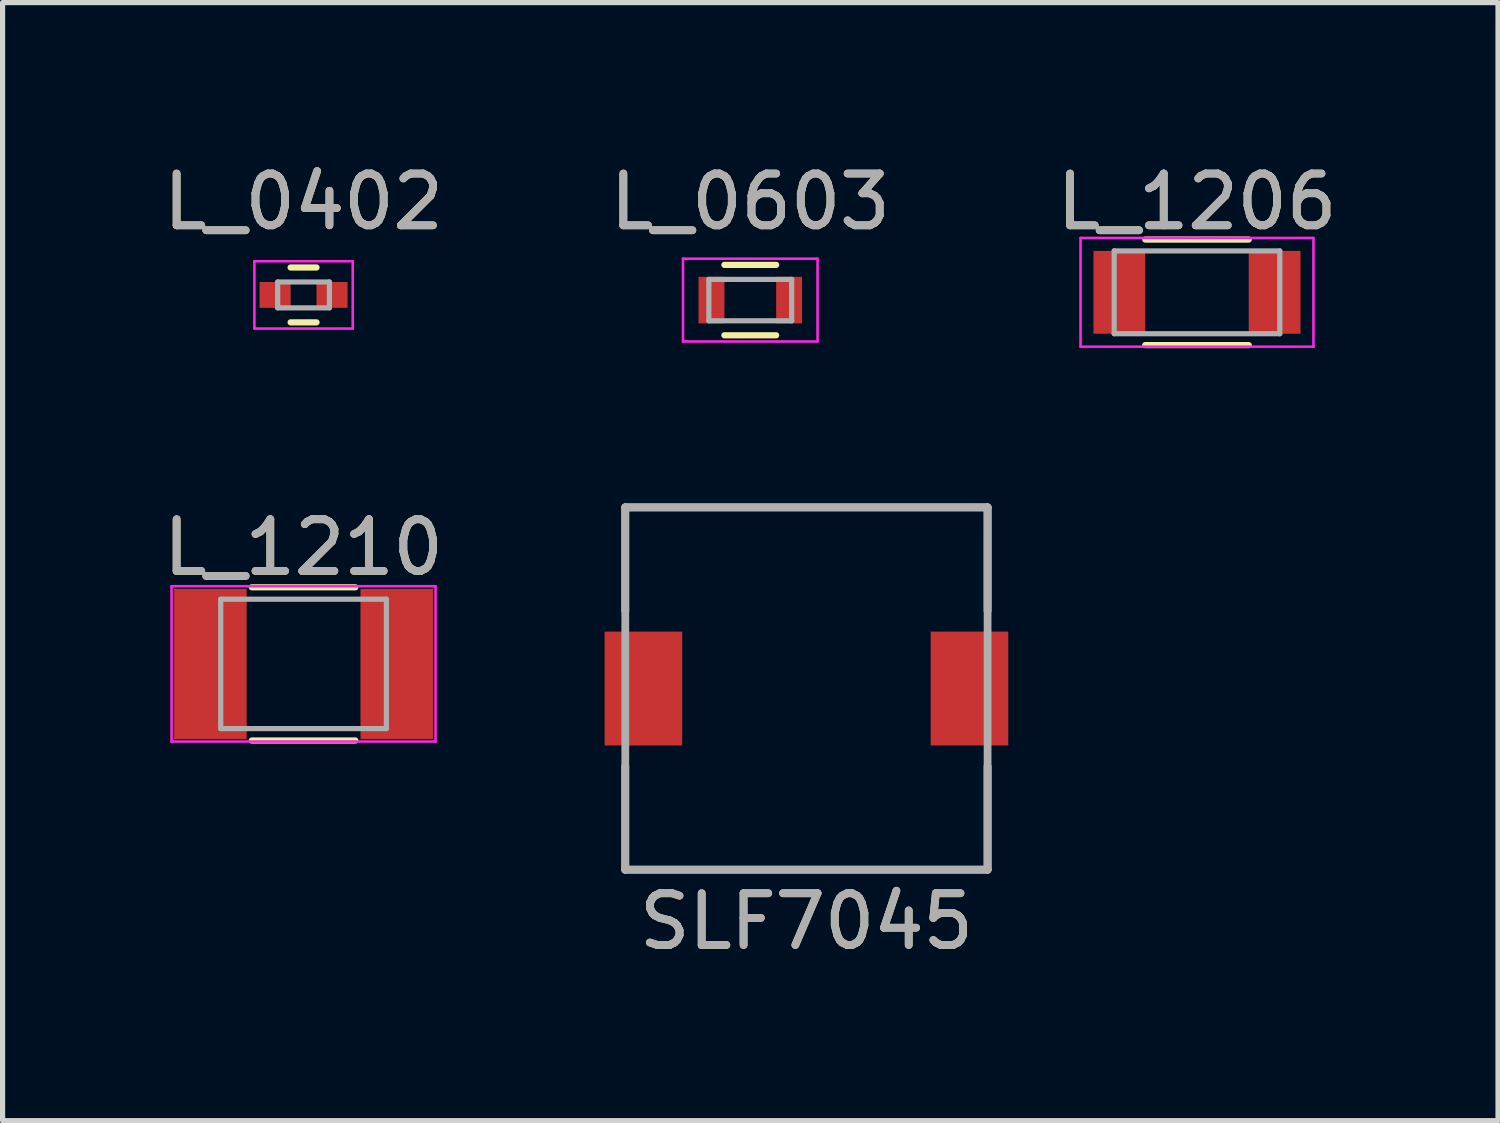
<source format=kicad_pcb>
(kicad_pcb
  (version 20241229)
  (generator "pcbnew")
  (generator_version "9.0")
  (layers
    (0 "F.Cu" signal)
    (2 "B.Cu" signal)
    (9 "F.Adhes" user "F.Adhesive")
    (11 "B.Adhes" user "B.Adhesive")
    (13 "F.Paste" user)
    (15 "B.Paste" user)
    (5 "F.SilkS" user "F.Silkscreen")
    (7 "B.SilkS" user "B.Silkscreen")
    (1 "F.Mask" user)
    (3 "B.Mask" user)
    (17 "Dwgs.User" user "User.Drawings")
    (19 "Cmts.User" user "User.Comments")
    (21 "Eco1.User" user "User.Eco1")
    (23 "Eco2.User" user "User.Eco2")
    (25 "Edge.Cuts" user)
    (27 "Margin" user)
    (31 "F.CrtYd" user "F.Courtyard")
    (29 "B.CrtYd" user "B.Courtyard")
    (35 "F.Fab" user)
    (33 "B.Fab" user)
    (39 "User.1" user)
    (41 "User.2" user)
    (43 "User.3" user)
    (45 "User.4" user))
  (footprint "L_0603"
    (layer "F.Cu")
    (at 11.446 2.748)
    (property "Reference" "L_0603" (at 0 -1.9 0) (layer "F.SilkS") (effects (font (size 1 1) (thickness 0.15))))
    (attr smd)
    (fp_line (start -0.5 -0.68) (end 0.5 -0.68) (stroke (width 0.12) (type solid)) (layer "F.SilkS"))
    (fp_line (start 0.5 0.68) (end -0.5 0.68) (stroke (width 0.12) (type solid)) (layer "F.SilkS"))
    (fp_line (start -1.3 -0.8) (end -1.3 0.8) (stroke (width 0.05) (type solid)) (layer "F.CrtYd"))
    (fp_line (start -1.3 -0.8) (end 1.3 -0.8) (stroke (width 0.05) (type solid)) (layer "F.CrtYd"))
    (fp_line (start -1.3 0.8) (end 1.3 0.8) (stroke (width 0.05) (type solid)) (layer "F.CrtYd"))
    (fp_line (start 1.3 -0.8) (end 1.3 0.8) (stroke (width 0.05) (type solid)) (layer "F.CrtYd"))
    (fp_line (start -0.8 -0.4) (end 0.8 -0.4) (stroke (width 0.1) (type solid)) (layer "F.Fab"))
    (fp_line (start -0.8 0.4) (end -0.8 -0.4) (stroke (width 0.1) (type solid)) (layer "F.Fab"))
    (fp_line (start 0.8 -0.4) (end 0.8 0.4) (stroke (width 0.1) (type solid)) (layer "F.Fab"))
    (fp_line (start 0.8 0.4) (end -0.8 0.4) (stroke (width 0.1) (type solid)) (layer "F.Fab"))
    (fp_text user "${REFERENCE}" (at 0 -1.9 0) (layer "F.Fab") (effects (font (size 1 1) (thickness 0.15))))
    (pad "1" smd rect (at -0.75 0) (size 0.5 0.9) (layers "F.Cu" "F.Mask" "F.Paste"))
    (pad "2" smd rect (at 0.75 0) (size 0.5 0.9) (layers "F.Cu" "F.Mask" "F.Paste")))
  (footprint "L_1210"
    (layer "F.Cu")
    (at 2.815 9.777)
    (property "Reference" "L_1210" (at 0 -2.25 0) (layer "F.SilkS") (effects (font (size 1 1) (thickness 0.15))))
    (attr smd)
    (fp_line (start -1 1.48) (end 1 1.48) (stroke (width 0.12) (type solid)) (layer "F.SilkS"))
    (fp_line (start 1 -1.48) (end -1 -1.48) (stroke (width 0.12) (type solid)) (layer "F.SilkS"))
    (fp_line (start -2.55 -1.5) (end -2.55 1.5) (stroke (width 0.05) (type solid)) (layer "F.CrtYd"))
    (fp_line (start -2.55 -1.5) (end 2.55 -1.5) (stroke (width 0.05) (type solid)) (layer "F.CrtYd"))
    (fp_line (start 2.55 1.5) (end -2.55 1.5) (stroke (width 0.05) (type solid)) (layer "F.CrtYd"))
    (fp_line (start 2.55 1.5) (end 2.55 -1.5) (stroke (width 0.05) (type solid)) (layer "F.CrtYd"))
    (fp_line (start -1.6 -1.25) (end 1.6 -1.25) (stroke (width 0.1) (type solid)) (layer "F.Fab"))
    (fp_line (start -1.6 1.25) (end -1.6 -1.25) (stroke (width 0.1) (type solid)) (layer "F.Fab"))
    (fp_line (start 1.6 -1.25) (end 1.6 1.25) (stroke (width 0.1) (type solid)) (layer "F.Fab"))
    (fp_line (start 1.6 1.25) (end -1.6 1.25) (stroke (width 0.1) (type solid)) (layer "F.Fab"))
    (fp_text user "${REFERENCE}" (at 0 -2.25 0) (layer "F.Fab") (effects (font (size 1 1) (thickness 0.15))))
    (pad "1" smd rect (at -1.8 0) (size 1.4 2.9) (layers "F.Cu" "F.Mask" "F.Paste"))
    (pad "2" smd rect (at 1.8 0) (size 1.4 2.9) (layers "F.Cu" "F.Mask" "F.Paste")))
  (footprint "L_1206"
    (layer "F.Cu")
    (at 20.077 2.598)
    (property "Reference" "L_1206" (at 0 -1.75 0) (layer "F.SilkS") (effects (font (size 1 1) (thickness 0.15))))
    (attr smd)
    (fp_line (start -1 1.02) (end 1 1.02) (stroke (width 0.12) (type solid)) (layer "F.SilkS"))
    (fp_line (start 1 -1.02) (end -1 -1.02) (stroke (width 0.12) (type solid)) (layer "F.SilkS"))
    (fp_line (start -2.25 -1.05) (end -2.25 1.05) (stroke (width 0.05) (type solid)) (layer "F.CrtYd"))
    (fp_line (start -2.25 -1.05) (end 2.25 -1.05) (stroke (width 0.05) (type solid)) (layer "F.CrtYd"))
    (fp_line (start 2.25 1.05) (end -2.25 1.05) (stroke (width 0.05) (type solid)) (layer "F.CrtYd"))
    (fp_line (start 2.25 1.05) (end 2.25 -1.05) (stroke (width 0.05) (type solid)) (layer "F.CrtYd"))
    (fp_line (start -1.6 -0.8) (end 1.6 -0.8) (stroke (width 0.1) (type solid)) (layer "F.Fab"))
    (fp_line (start -1.6 0.8) (end -1.6 -0.8) (stroke (width 0.1) (type solid)) (layer "F.Fab"))
    (fp_line (start 1.6 -0.8) (end 1.6 0.8) (stroke (width 0.1) (type solid)) (layer "F.Fab"))
    (fp_line (start 1.6 0.8) (end -1.6 0.8) (stroke (width 0.1) (type solid)) (layer "F.Fab"))
    (fp_text user "${REFERENCE}" (at 0 -1.75 0) (layer "F.Fab") (effects (font (size 1 1) (thickness 0.15))))
    (pad "1" smd rect (at -1.5 0) (size 1 1.6) (layers "F.Cu" "F.Mask" "F.Paste"))
    (pad "2" smd rect (at 1.5 0) (size 1 1.6) (layers "F.Cu" "F.Mask" "F.Paste")))
  (footprint "L_0402"
    (layer "F.Cu")
    (at 2.815 2.648)
    (property "Reference" "L_0402" (at 0 -1.8 0) (layer "F.SilkS") (effects (font (size 1 1) (thickness 0.15))))
    (attr smd)
    (fp_line (start -0.25 0.53) (end 0.25 0.53) (stroke (width 0.12) (type solid)) (layer "F.SilkS"))
    (fp_line (start 0.25 -0.53) (end -0.25 -0.53) (stroke (width 0.12) (type solid)) (layer "F.SilkS"))
    (fp_line (start -0.95 -0.65) (end -0.95 0.65) (stroke (width 0.05) (type solid)) (layer "F.CrtYd"))
    (fp_line (start -0.95 -0.65) (end 0.95 -0.65) (stroke (width 0.05) (type solid)) (layer "F.CrtYd"))
    (fp_line (start -0.95 0.65) (end 0.95 0.65) (stroke (width 0.05) (type solid)) (layer "F.CrtYd"))
    (fp_line (start 0.95 -0.65) (end 0.95 0.65) (stroke (width 0.05) (type solid)) (layer "F.CrtYd"))
    (fp_line (start -0.5 -0.25) (end 0.5 -0.25) (stroke (width 0.1) (type solid)) (layer "F.Fab"))
    (fp_line (start -0.5 0.25) (end -0.5 -0.25) (stroke (width 0.1) (type solid)) (layer "F.Fab"))
    (fp_line (start 0.5 -0.25) (end 0.5 0.25) (stroke (width 0.1) (type solid)) (layer "F.Fab"))
    (fp_line (start 0.5 0.25) (end -0.5 0.25) (stroke (width 0.1) (type solid)) (layer "F.Fab"))
    (fp_text user "${REFERENCE}" (at 0 -1.8 0) (layer "F.Fab") (effects (font (size 1 1) (thickness 0.15))))
    (pad "1" smd rect (at -0.55 0) (size 0.6 0.5) (layers "F.Cu" "F.Mask" "F.Paste"))
    (pad "2" smd rect (at 0.55 0) (size 0.6 0.5) (layers "F.Cu" "F.Mask" "F.Paste")))
  (footprint "SLF7045"
    (layer "F.Cu")
    (at 12.531 10.253)
    (property "Reference" "SLF7045" (at 0 4.5 0) (layer "F.SilkS") (effects (font (size 1 1) (thickness 0.15))))
    (attr through_hole)
    (fp_line (start -3.5 -3.5) (end 3.5 -3.5) (stroke (width 0.15) (type solid)) (layer "F.SilkS"))
    (fp_line (start -3.5 -1.5) (end -3.5 -3.5) (stroke (width 0.15) (type solid)) (layer "F.SilkS"))
    (fp_line (start -3.5 3.5) (end -3.5 1.5) (stroke (width 0.15) (type solid)) (layer "F.SilkS"))
    (fp_line (start 3.5 -1.5) (end 3.5 -3.5) (stroke (width 0.15) (type solid)) (layer "F.SilkS"))
    (fp_line (start 3.5 1.5) (end 3.5 3.5) (stroke (width 0.15) (type solid)) (layer "F.SilkS"))
    (fp_line (start 3.5 3.5) (end -3.5 3.5) (stroke (width 0.15) (type solid)) (layer "F.SilkS"))
    (fp_line (start -3.5 -3.5) (end 3.5 -3.5) (stroke (width 0.15) (type solid)) (layer "F.Fab"))
    (fp_line (start -3.5 3.5) (end -3.5 -3.5) (stroke (width 0.15) (type solid)) (layer "F.Fab"))
    (fp_line (start 3.5 -3.5) (end 3.5 3.5) (stroke (width 0.15) (type solid)) (layer "F.Fab"))
    (fp_line (start 3.5 3.5) (end -3.5 3.5) (stroke (width 0.15) (type solid)) (layer "F.Fab"))
    (fp_text user "${REFERENCE}" (at 0 4.5 0) (layer "F.Fab") (effects (font (size 1 1) (thickness 0.15))))
    (pad "1" smd rect (at -3.15 0) (size 1.5 2.2) (layers "F.Cu" "F.Mask" "F.Paste"))
    (pad "2" smd rect (at 3.15 0) (size 1.5 2.2) (layers "F.Cu" "F.Mask" "F.Paste")))
  (gr_rect
    (start -3 -3)
    (end 25.893 18.602)
    (stroke (width 0.1) (type default))
    (fill no)
    (layer "Edge.Cuts")))
</source>
